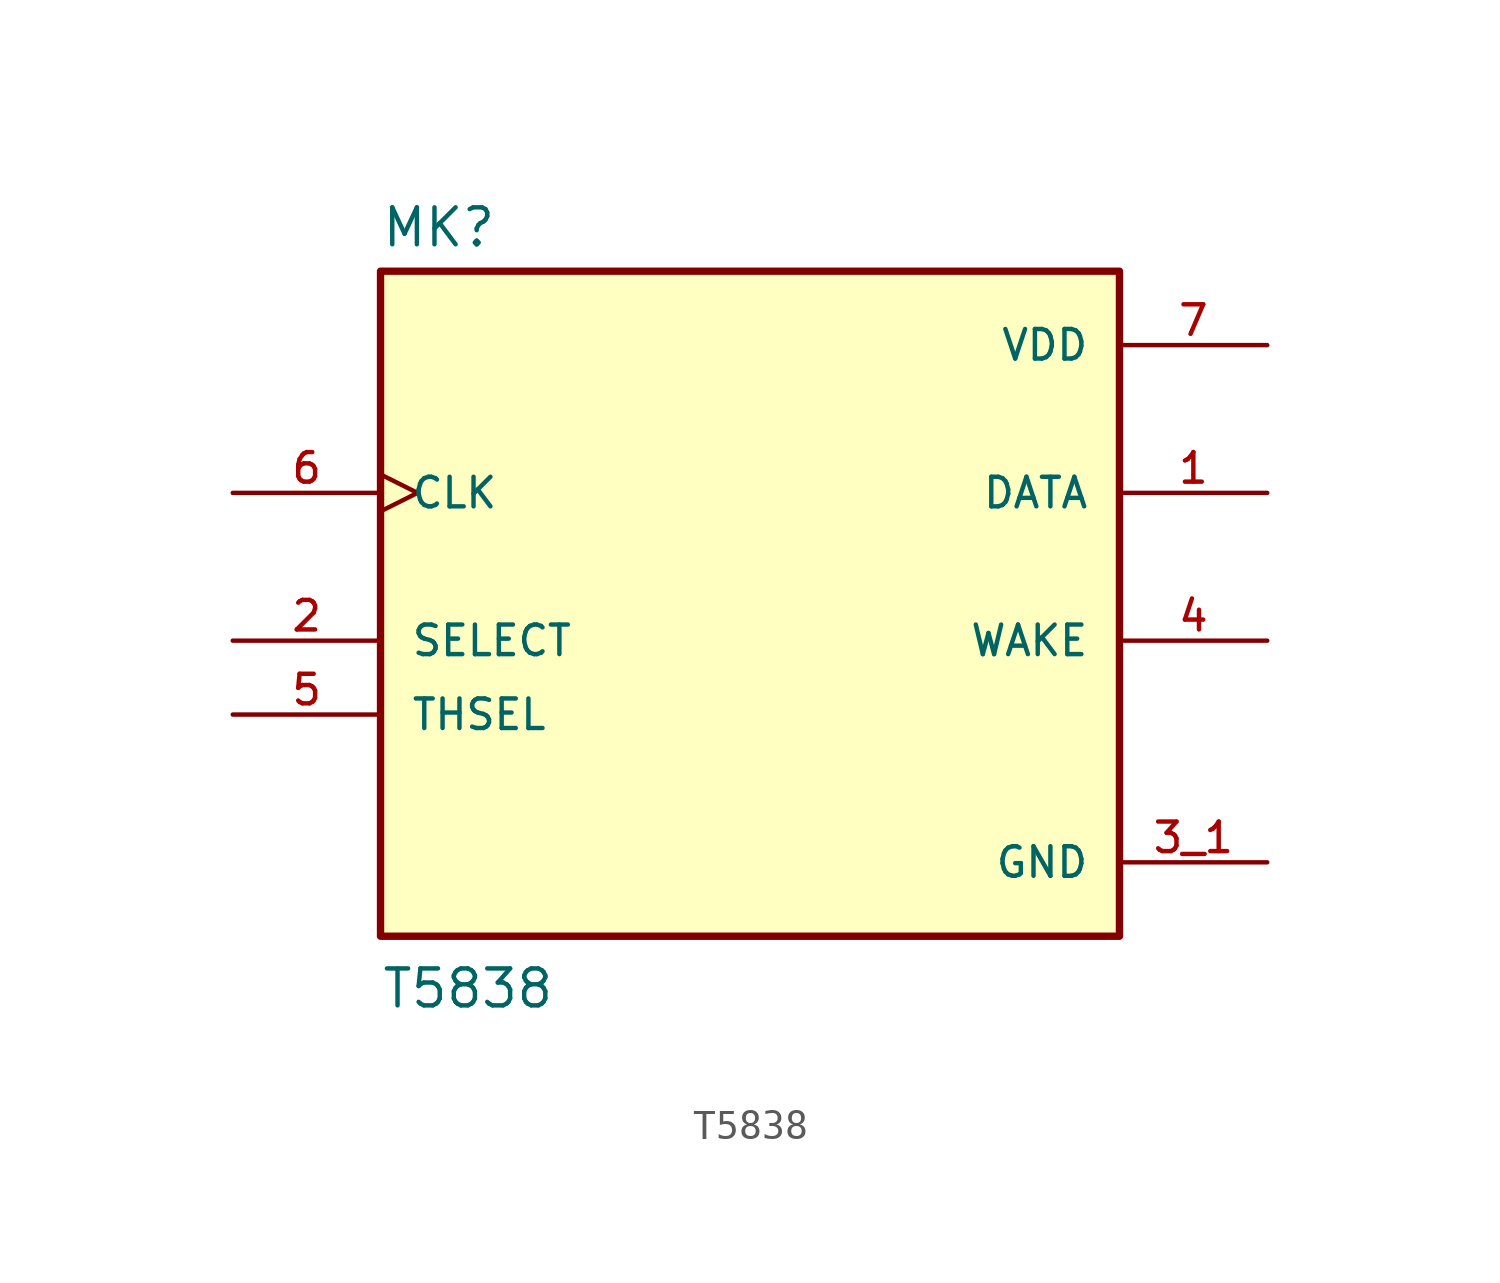
<source format=kicad_sym>
(kicad_symbol_lib
  (version 20211014)
  (generator kicad_symbol_editor)
  (symbol "T5838"
    (pin_names
      (offset 1.016))
    (property "Reference" "MK"
      (at -12.7 10.922 0)
      (effects (font (size 1.27 1.27)) (justify bottom left)))
    (property "Value" "T5838"
      (at -12.7 -15.24 0)
      (effects (font (size 1.27 1.27)) (justify bottom left)))
    (symbol "T5838_0_0"
      (rectangle (start -12.7 -12.7) (end 12.7 10.16) (stroke (width 0.254)) (fill (type background)))
      (pin output line (at 17.78 2.54 180.0) (length 5.08) (name "DATA" (effects (font (size 1.016 1.016)))) (number "1" (effects (font (size 1.016 1.016)))))
      (pin input line (at -17.78 -2.54 0) (length 5.08) (name "SELECT" (effects (font (size 1.016 1.016)))) (number "2" (effects (font (size 1.016 1.016)))))
      (pin power_in line (at 17.78 -10.16 180.0) (length 5.08) (name "GND" (effects (font (size 1.016 1.016)))) (number "3_1" (effects (font (size 1.016 1.016)))))
      (pin power_in line (at 17.78 -10.16 180.0) (length 5.08) hide (name "GND" (effects (font (size 1.016 1.016)))) (number "3_2" (effects (font (size 1.016 1.016)))))
      (pin output line (at 17.78 -2.54 180.0) (length 5.08) (name "WAKE" (effects (font (size 1.016 1.016)))) (number "4" (effects (font (size 1.016 1.016)))))
      (pin input line (at -17.78 -5.08 0) (length 5.08) (name "THSEL" (effects (font (size 1.016 1.016)))) (number "5" (effects (font (size 1.016 1.016)))))
      (pin input clock (at -17.78 2.54 0) (length 5.08) (name "CLK" (effects (font (size 1.016 1.016)))) (number "6" (effects (font (size 1.016 1.016)))))
      (pin power_in line (at 17.78 7.62 180.0) (length 5.08) (name "VDD" (effects (font (size 1.016 1.016)))) (number "7" (effects (font (size 1.016 1.016))))))))
</source>
